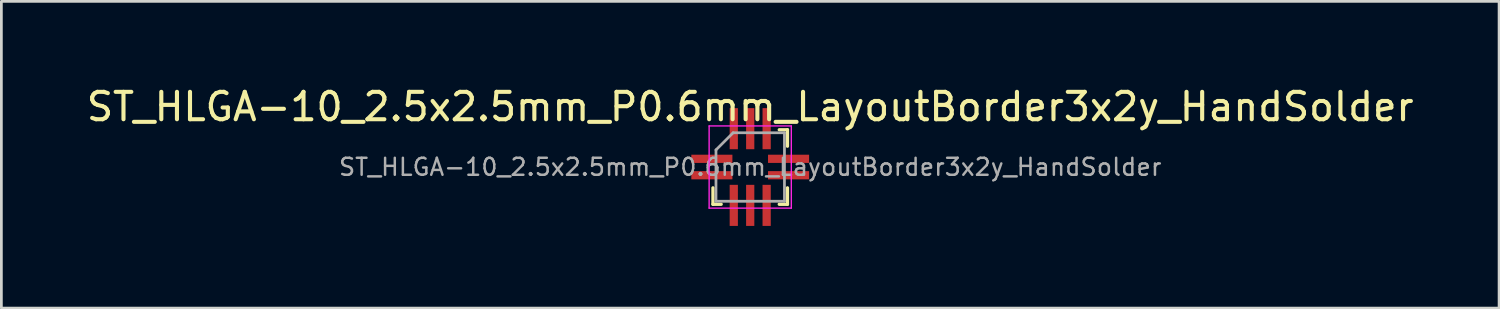
<source format=kicad_pcb>
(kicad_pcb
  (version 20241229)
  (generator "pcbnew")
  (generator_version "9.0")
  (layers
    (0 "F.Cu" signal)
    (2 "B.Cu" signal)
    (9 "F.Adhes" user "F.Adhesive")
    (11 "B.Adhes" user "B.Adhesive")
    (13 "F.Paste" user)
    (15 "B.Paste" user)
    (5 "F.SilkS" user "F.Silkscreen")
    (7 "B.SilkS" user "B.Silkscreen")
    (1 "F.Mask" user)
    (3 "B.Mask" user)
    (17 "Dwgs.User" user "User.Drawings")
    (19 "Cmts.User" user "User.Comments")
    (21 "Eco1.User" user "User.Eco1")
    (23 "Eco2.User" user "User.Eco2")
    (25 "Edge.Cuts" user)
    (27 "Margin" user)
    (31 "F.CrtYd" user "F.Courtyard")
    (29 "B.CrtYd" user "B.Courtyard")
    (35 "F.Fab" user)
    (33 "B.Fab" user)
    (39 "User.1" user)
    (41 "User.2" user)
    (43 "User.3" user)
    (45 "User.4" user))
  (footprint "ST_HLGA-10_2.5x2.5mm_P0.6mm_LayoutBorder3x2y_HandSolder"
    (layer "F.Cu")
    (at 24.339 3.048)
    (property "Reference" "ST_HLGA-10_2.5x2.5mm_P0.6mm_LayoutBorder3x2y_HandSolder" (at 0 -2.2 0) (layer "F.SilkS") (effects (font (size 1 1) (thickness 0.15))))
    (attr smd)
    (fp_line (start -1.36 1.36) (end -1.36 0.76) (stroke (width 0.12) (type solid)) (layer "F.SilkS"))
    (fp_line (start -1.06 1.36) (end -1.36 1.36) (stroke (width 0.12) (type solid)) (layer "F.SilkS"))
    (fp_line (start 1.06 -1.36) (end 1.36 -1.36) (stroke (width 0.12) (type solid)) (layer "F.SilkS"))
    (fp_line (start 1.06 1.36) (end 1.36 1.36) (stroke (width 0.12) (type solid)) (layer "F.SilkS"))
    (fp_line (start 1.36 -1.36) (end 1.36 -0.76) (stroke (width 0.12) (type solid)) (layer "F.SilkS"))
    (fp_line (start 1.36 1.36) (end 1.36 0.76) (stroke (width 0.12) (type solid)) (layer "F.SilkS"))
    (fp_line (start -1.5 -1.5) (end -1.5 1.5) (stroke (width 0.05) (type solid)) (layer "F.CrtYd"))
    (fp_line (start -1.5 1.5) (end 1.5 1.5) (stroke (width 0.05) (type solid)) (layer "F.CrtYd"))
    (fp_line (start 1.5 -1.5) (end -1.5 -1.5) (stroke (width 0.05) (type solid)) (layer "F.CrtYd"))
    (fp_line (start 1.5 1.5) (end 1.5 -1.5) (stroke (width 0.05) (type solid)) (layer "F.CrtYd"))
    (fp_line (start -1.25 -0.625) (end -0.625 -1.25) (stroke (width 0.1) (type solid)) (layer "F.Fab"))
    (fp_line (start -1.25 1.25) (end -1.25 -0.625) (stroke (width 0.1) (type solid)) (layer "F.Fab"))
    (fp_line (start -0.625 -1.25) (end 1.25 -1.25) (stroke (width 0.1) (type solid)) (layer "F.Fab"))
    (fp_line (start 1.25 -1.25) (end 1.25 1.25) (stroke (width 0.1) (type solid)) (layer "F.Fab"))
    (fp_line (start 1.25 1.25) (end -1.25 1.25) (stroke (width 0.1) (type solid)) (layer "F.Fab"))
    (fp_text user "${REFERENCE}" (at 0 0 0) (layer "F.Fab") (effects (font (size 0.62 0.62) (thickness 0.09))))
    (pad "1" smd rect (at -1.4 -0.3) (size 1.5 0.3) (layers "F.Cu" "F.Mask" "F.Paste"))
    (pad "2" smd rect (at -1.4 0.3) (size 1.5 0.3) (layers "F.Cu" "F.Mask" "F.Paste"))
    (pad "3" smd rect (at -0.6 1.4) (size 0.3 1.5) (layers "F.Cu" "F.Mask" "F.Paste"))
    (pad "4" smd rect (at 0 1.4) (size 0.3 1.5) (layers "F.Cu" "F.Mask" "F.Paste"))
    (pad "5" smd rect (at 0.6 1.4) (size 0.3 1.5) (layers "F.Cu" "F.Mask" "F.Paste"))
    (pad "6" smd rect (at 1.4 0.3) (size 1.5 0.3) (layers "F.Cu" "F.Mask" "F.Paste"))
    (pad "7" smd rect (at 1.4 -0.3) (size 1.5 0.3) (layers "F.Cu" "F.Mask" "F.Paste"))
    (pad "8" smd rect (at 0.6 -1.4) (size 0.3 1.5) (layers "F.Cu" "F.Mask" "F.Paste"))
    (pad "9" smd rect (at 0 -1.4) (size 0.3 1.5) (layers "F.Cu" "F.Mask" "F.Paste"))
    (pad "10" smd rect (at -0.6 -1.4) (size 0.3 1.5) (layers "F.Cu" "F.Mask" "F.Paste")))
  (gr_rect
    (start -3 -3)
    (end 51.679 8.198)
    (stroke (width 0.1) (type default))
    (fill no)
    (layer "Edge.Cuts")))
</source>
